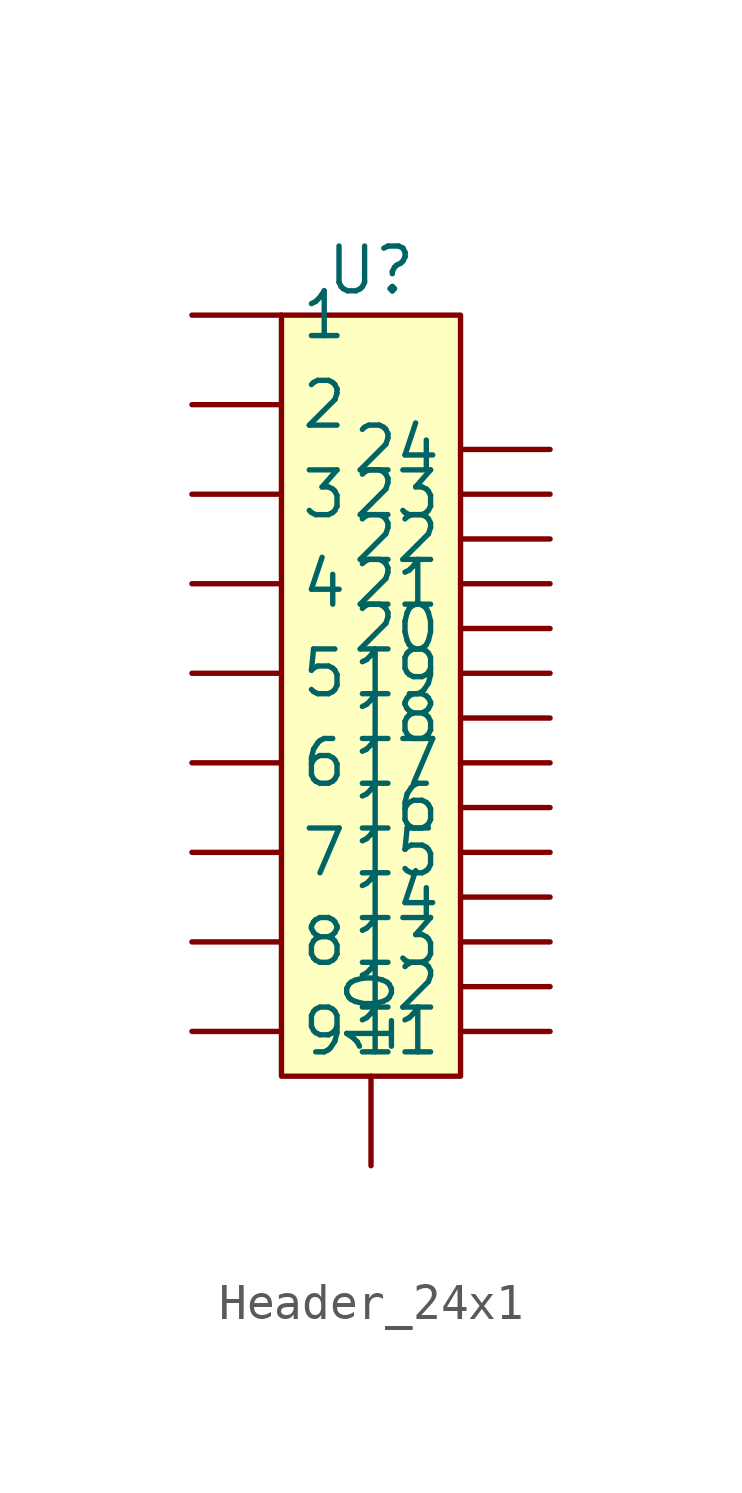
<source format=kicad_sym>
(kicad_symbol_lib
  (version 20220914)
  (generator kicad_symbol_editor)
  (symbol "Header_24x1"
    (property "Reference" "U"
      (at 0 0 0)
      (effects (font (size 1.27 1.27))))
    (property "Value" ""
      (at 0 0 0)
      (effects (font (size 1.27 1.27))))
    (symbol "Header_24x1_0_1"
      (rectangle (start -2.54 -1.27) (end 2.54 -22.86) (stroke (width 0) (type default)) (fill (type background))))
    (symbol "Header_24x1_1_1"
      (pin bidirectional line (at -5.08 -1.27 0) (length 2.54) (name "1" (effects (font (size 1.27 1.27)))) (number "" (effects (font (size 1.27 1.27)))))
      (pin bidirectional line (at 0 -25.4 90) (length 2.54) (name "10" (effects (font (size 1.27 1.27)))) (number "" (effects (font (size 1.27 1.27)))))
      (pin bidirectional line (at 5.08 -21.59 180) (length 2.54) (name "11" (effects (font (size 1.27 1.27)))) (number "" (effects (font (size 1.27 1.27)))))
      (pin bidirectional line (at 5.08 -20.32 180) (length 2.54) (name "12" (effects (font (size 1.27 1.27)))) (number "" (effects (font (size 1.27 1.27)))))
      (pin bidirectional line (at 5.08 -19.05 180) (length 2.54) (name "13" (effects (font (size 1.27 1.27)))) (number "" (effects (font (size 1.27 1.27)))))
      (pin bidirectional line (at 5.08 -17.78 180) (length 2.54) (name "14" (effects (font (size 1.27 1.27)))) (number "" (effects (font (size 1.27 1.27)))))
      (pin bidirectional line (at 5.08 -16.51 180) (length 2.54) (name "15" (effects (font (size 1.27 1.27)))) (number "" (effects (font (size 1.27 1.27)))))
      (pin bidirectional line (at 5.08 -15.24 180) (length 2.54) (name "16" (effects (font (size 1.27 1.27)))) (number "" (effects (font (size 1.27 1.27)))))
      (pin bidirectional line (at 5.08 -13.97 180) (length 2.54) (name "17" (effects (font (size 1.27 1.27)))) (number "" (effects (font (size 1.27 1.27)))))
      (pin bidirectional line (at 5.08 -12.7 180) (length 2.54) (name "18" (effects (font (size 1.27 1.27)))) (number "" (effects (font (size 1.27 1.27)))))
      (pin bidirectional line (at 5.08 -11.43 180) (length 2.54) (name "19" (effects (font (size 1.27 1.27)))) (number "" (effects (font (size 1.27 1.27)))))
      (pin bidirectional line (at -5.08 -3.81 0) (length 2.54) (name "2" (effects (font (size 1.27 1.27)))) (number "" (effects (font (size 1.27 1.27)))))
      (pin bidirectional line (at 5.08 -10.16 180) (length 2.54) (name "20" (effects (font (size 1.27 1.27)))) (number "" (effects (font (size 1.27 1.27)))))
      (pin bidirectional line (at 5.08 -8.89 180) (length 2.54) (name "21" (effects (font (size 1.27 1.27)))) (number "" (effects (font (size 1.27 1.27)))))
      (pin bidirectional line (at 5.08 -7.62 180) (length 2.54) (name "22" (effects (font (size 1.27 1.27)))) (number "" (effects (font (size 1.27 1.27)))))
      (pin bidirectional line (at 5.08 -6.35 180) (length 2.54) (name "23" (effects (font (size 1.27 1.27)))) (number "" (effects (font (size 1.27 1.27)))))
      (pin bidirectional line (at 5.08 -5.08 180) (length 2.54) (name "24" (effects (font (size 1.27 1.27)))) (number "" (effects (font (size 1.27 1.27)))))
      (pin bidirectional line (at -5.08 -6.35 0) (length 2.54) (name "3" (effects (font (size 1.27 1.27)))) (number "" (effects (font (size 1.27 1.27)))))
      (pin bidirectional line (at -5.08 -8.89 0) (length 2.54) (name "4" (effects (font (size 1.27 1.27)))) (number "" (effects (font (size 1.27 1.27)))))
      (pin bidirectional line (at -5.08 -11.43 0) (length 2.54) (name "5" (effects (font (size 1.27 1.27)))) (number "" (effects (font (size 1.27 1.27)))))
      (pin bidirectional line (at -5.08 -13.97 0) (length 2.54) (name "6" (effects (font (size 1.27 1.27)))) (number "" (effects (font (size 1.27 1.27)))))
      (pin bidirectional line (at -5.08 -16.51 0) (length 2.54) (name "7" (effects (font (size 1.27 1.27)))) (number "" (effects (font (size 1.27 1.27)))))
      (pin bidirectional line (at -5.08 -19.05 0) (length 2.54) (name "8" (effects (font (size 1.27 1.27)))) (number "" (effects (font (size 1.27 1.27)))))
      (pin bidirectional line (at -5.08 -21.59 0) (length 2.54) (name "9" (effects (font (size 1.27 1.27)))) (number "" (effects (font (size 1.27 1.27))))))))
</source>
